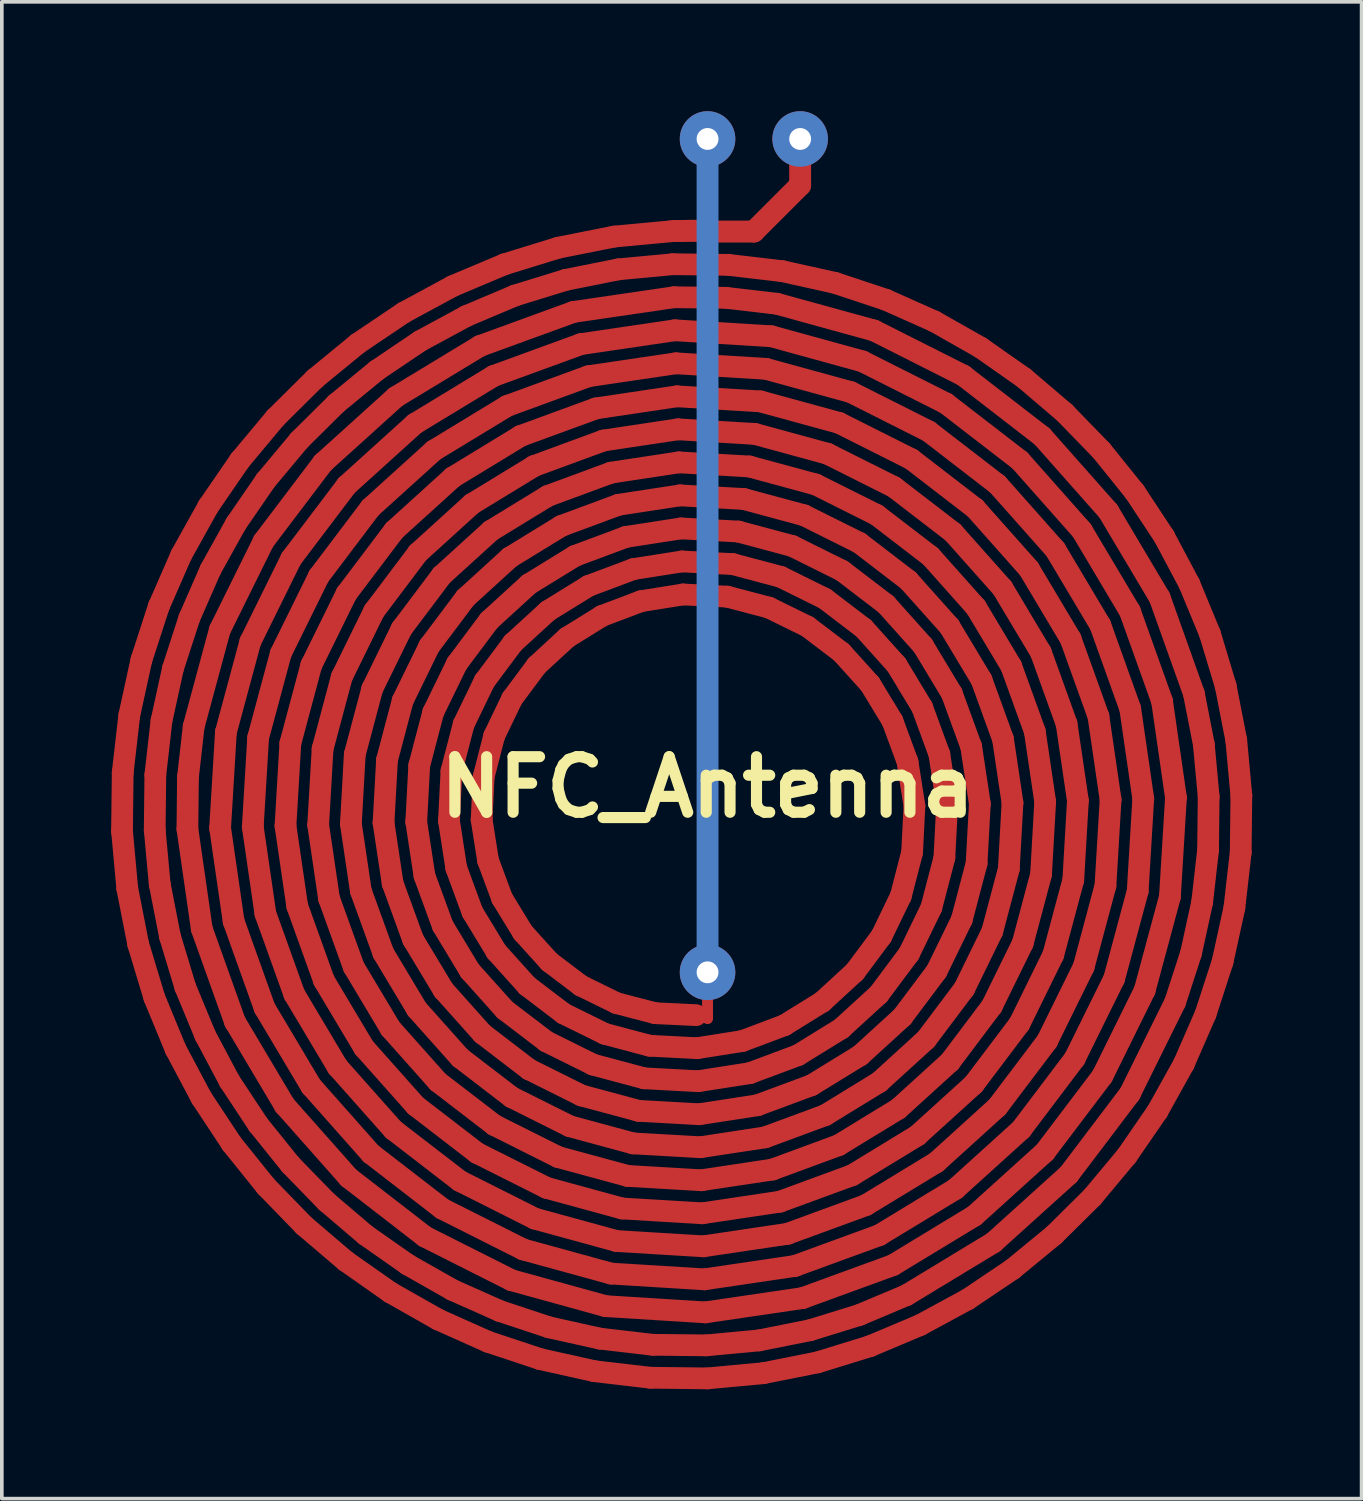
<source format=kicad_pcb>
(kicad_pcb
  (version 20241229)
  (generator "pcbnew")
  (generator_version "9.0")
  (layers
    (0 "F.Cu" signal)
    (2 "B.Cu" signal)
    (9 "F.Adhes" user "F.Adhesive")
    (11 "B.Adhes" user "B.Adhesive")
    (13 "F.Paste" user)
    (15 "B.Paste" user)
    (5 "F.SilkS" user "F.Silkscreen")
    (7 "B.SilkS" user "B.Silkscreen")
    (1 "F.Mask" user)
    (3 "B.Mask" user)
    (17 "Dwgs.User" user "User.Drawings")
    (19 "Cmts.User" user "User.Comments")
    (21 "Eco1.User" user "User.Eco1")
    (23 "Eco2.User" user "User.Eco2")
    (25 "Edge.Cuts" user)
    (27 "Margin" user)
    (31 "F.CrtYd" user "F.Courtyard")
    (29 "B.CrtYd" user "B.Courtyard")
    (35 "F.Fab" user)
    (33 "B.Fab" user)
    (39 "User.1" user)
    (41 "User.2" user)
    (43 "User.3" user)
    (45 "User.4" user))
  (footprint "NFC_Antenna"
    (layer "F.Cu")
    (at 16.359 18.542)
    (property "Reference" "NFC_Antenna" (at 0 0 0) (layer "F.SilkS") (effects (font (size 1.524 1.524) (thickness 0.305))))
    (attr smd)
    (fp_line (start -16.062 1.206) (end -16.043 -0.399) (stroke (width 0.596) (type solid)) (layer "F.Cu"))
    (fp_line (start -16.043 -0.399) (end -15.863 -1.967) (stroke (width 0.596) (type solid)) (layer "F.Cu"))
    (fp_line (start -15.918 2.779) (end -16.062 1.206) (stroke (width 0.596) (type solid)) (layer "F.Cu"))
    (fp_line (start -15.863 -1.967) (end -15.53 -3.491) (stroke (width 0.596) (type solid)) (layer "F.Cu"))
    (fp_line (start -15.619 4.305) (end -15.918 2.779) (stroke (width 0.596) (type solid)) (layer "F.Cu"))
    (fp_line (start -15.53 -3.491) (end -15.052 -4.961) (stroke (width 0.596) (type solid)) (layer "F.Cu"))
    (fp_line (start -15.175 5.776) (end -15.619 4.305) (stroke (width 0.596) (type solid)) (layer "F.Cu"))
    (fp_line (start -15.165 1.177) (end -15.148 -0.336) (stroke (width 0.596) (type solid)) (layer "F.Cu"))
    (fp_line (start -15.148 -0.336) (end -14.98 -1.815) (stroke (width 0.596) (type solid)) (layer "F.Cu"))
    (fp_line (start -15.052 -4.961) (end -14.437 -6.369) (stroke (width 0.596) (type solid)) (layer "F.Cu"))
    (fp_line (start -15.028 2.659) (end -15.165 1.177) (stroke (width 0.596) (type solid)) (layer "F.Cu"))
    (fp_line (start -14.98 -1.815) (end -14.666 -3.251) (stroke (width 0.596) (type solid)) (layer "F.Cu"))
    (fp_line (start -14.747 4.096) (end -15.028 2.659) (stroke (width 0.596) (type solid)) (layer "F.Cu"))
    (fp_line (start -14.666 -3.251) (end -14.216 -4.638) (stroke (width 0.596) (type solid)) (layer "F.Cu"))
    (fp_line (start -14.594 7.185) (end -15.175 5.776) (stroke (width 0.596) (type solid)) (layer "F.Cu"))
    (fp_line (start -14.437 -6.369) (end -13.693 -7.705) (stroke (width 0.596) (type solid)) (layer "F.Cu"))
    (fp_line (start -14.328 5.482) (end -14.747 4.096) (stroke (width 0.596) (type solid)) (layer "F.Cu"))
    (fp_line (start -14.268 1.149) (end -14.253 -0.273) (stroke (width 0.596) (type solid)) (layer "F.Cu"))
    (fp_line (start -14.253 -0.273) (end -14.096 -1.662) (stroke (width 0.596) (type solid)) (layer "F.Cu"))
    (fp_line (start -14.216 -4.638) (end -13.636 -5.965) (stroke (width 0.596) (type solid)) (layer "F.Cu"))
    (fp_line (start -14.096 -1.662) (end -13.38 -4.314) (stroke (width 0.596) (type solid)) (layer "F.Cu"))
    (fp_line (start -13.884 8.523) (end -14.594 7.185) (stroke (width 0.596) (type solid)) (layer "F.Cu"))
    (fp_line (start -13.874 3.888) (end -14.268 1.149) (stroke (width 0.596) (type solid)) (layer "F.Cu"))
    (fp_line (start -13.779 6.809) (end -14.328 5.482) (stroke (width 0.596) (type solid)) (layer "F.Cu"))
    (fp_line (start -13.693 -7.705) (end -12.829 -8.962) (stroke (width 0.596) (type solid)) (layer "F.Cu"))
    (fp_line (start -13.636 -5.965) (end -12.936 -7.226) (stroke (width 0.596) (type solid)) (layer "F.Cu"))
    (fp_line (start -13.38 -4.314) (end -12.178 -6.746) (stroke (width 0.596) (type solid)) (layer "F.Cu"))
    (fp_line (start -13.371 1.12) (end -13.212 -1.509) (stroke (width 0.596) (type solid)) (layer "F.Cu"))
    (fp_line (start -13.212 -1.509) (end -12.543 -3.991) (stroke (width 0.596) (type solid)) (layer "F.Cu"))
    (fp_line (start -13.11 8.069) (end -13.779 6.809) (stroke (width 0.596) (type solid)) (layer "F.Cu"))
    (fp_line (start -13.053 9.782) (end -13.884 8.523) (stroke (width 0.596) (type solid)) (layer "F.Cu"))
    (fp_line (start -13.001 3.679) (end -13.371 1.12) (stroke (width 0.596) (type solid)) (layer "F.Cu"))
    (fp_line (start -12.965 6.434) (end -13.874 3.888) (stroke (width 0.596) (type solid)) (layer "F.Cu"))
    (fp_line (start -12.936 -7.226) (end -12.121 -8.411) (stroke (width 0.596) (type solid)) (layer "F.Cu"))
    (fp_line (start -12.829 -8.962) (end -11.852 -10.131) (stroke (width 0.596) (type solid)) (layer "F.Cu"))
    (fp_line (start -12.543 -3.991) (end -11.421 -6.266) (stroke (width 0.596) (type solid)) (layer "F.Cu"))
    (fp_line (start -12.475 1.092) (end -12.328 -1.357) (stroke (width 0.596) (type solid)) (layer "F.Cu"))
    (fp_line (start -12.328 -1.357) (end -11.707 -3.667) (stroke (width 0.596) (type solid)) (layer "F.Cu"))
    (fp_line (start -12.327 9.255) (end -13.11 8.069) (stroke (width 0.596) (type solid)) (layer "F.Cu"))
    (fp_line (start -12.178 -6.746) (end -10.55 -8.895) (stroke (width 0.596) (type solid)) (layer "F.Cu"))
    (fp_line (start -12.151 6.058) (end -13.001 3.679) (stroke (width 0.596) (type solid)) (layer "F.Cu"))
    (fp_line (start -12.129 3.471) (end -12.475 1.092) (stroke (width 0.596) (type solid)) (layer "F.Cu"))
    (fp_line (start -12.121 -8.411) (end -11.201 -9.513) (stroke (width 0.596) (type solid)) (layer "F.Cu"))
    (fp_line (start -12.111 10.953) (end -13.053 9.782) (stroke (width 0.596) (type solid)) (layer "F.Cu"))
    (fp_line (start -11.852 -10.131) (end -10.772 -11.202) (stroke (width 0.596) (type solid)) (layer "F.Cu"))
    (fp_line (start -11.707 -3.667) (end -10.663 -5.786) (stroke (width 0.596) (type solid)) (layer "F.Cu"))
    (fp_line (start -11.601 8.728) (end -12.965 6.434) (stroke (width 0.596) (type solid)) (layer "F.Cu"))
    (fp_line (start -11.578 1.063) (end -11.444 -1.204) (stroke (width 0.596) (type solid)) (layer "F.Cu"))
    (fp_line (start -11.444 -1.204) (end -10.871 -3.344) (stroke (width 0.596) (type solid)) (layer "F.Cu"))
    (fp_line (start -11.439 10.358) (end -12.327 9.255) (stroke (width 0.596) (type solid)) (layer "F.Cu"))
    (fp_line (start -11.421 -6.266) (end -9.898 -8.277) (stroke (width 0.596) (type solid)) (layer "F.Cu"))
    (fp_line (start -11.336 5.682) (end -12.129 3.471) (stroke (width 0.596) (type solid)) (layer "F.Cu"))
    (fp_line (start -11.256 3.262) (end -11.578 1.063) (stroke (width 0.596) (type solid)) (layer "F.Cu"))
    (fp_line (start -11.201 -9.513) (end -10.182 -10.523) (stroke (width 0.596) (type solid)) (layer "F.Cu"))
    (fp_line (start -11.066 12.029) (end -12.111 10.953) (stroke (width 0.596) (type solid)) (layer "F.Cu"))
    (fp_line (start -10.875 8.201) (end -12.151 6.058) (stroke (width 0.596) (type solid)) (layer "F.Cu"))
    (fp_line (start -10.871 -3.344) (end -9.906 -5.306) (stroke (width 0.596) (type solid)) (layer "F.Cu"))
    (fp_line (start -10.772 -11.202) (end -9.595 -12.168) (stroke (width 0.596) (type solid)) (layer "F.Cu"))
    (fp_line (start -10.681 1.035) (end -10.56 -1.051) (stroke (width 0.596) (type solid)) (layer "F.Cu"))
    (fp_line (start -10.663 -5.786) (end -9.247 -7.659) (stroke (width 0.596) (type solid)) (layer "F.Cu"))
    (fp_line (start -10.56 -1.051) (end -10.035 -3.02) (stroke (width 0.596) (type solid)) (layer "F.Cu"))
    (fp_line (start -10.55 -8.895) (end -8.552 -10.701) (stroke (width 0.596) (type solid)) (layer "F.Cu"))
    (fp_line (start -10.522 5.306) (end -11.256 3.262) (stroke (width 0.596) (type solid)) (layer "F.Cu"))
    (fp_line (start -10.454 11.371) (end -11.439 10.358) (stroke (width 0.596) (type solid)) (layer "F.Cu"))
    (fp_line (start -10.384 3.054) (end -10.681 1.035) (stroke (width 0.596) (type solid)) (layer "F.Cu"))
    (fp_line (start -10.182 -10.523) (end -9.073 -11.434) (stroke (width 0.596) (type solid)) (layer "F.Cu"))
    (fp_line (start -10.149 7.674) (end -11.336 5.682) (stroke (width 0.596) (type solid)) (layer "F.Cu"))
    (fp_line (start -10.035 -3.02) (end -9.149 -4.826) (stroke (width 0.596) (type solid)) (layer "F.Cu"))
    (fp_line (start -9.925 13.001) (end -11.066 12.029) (stroke (width 0.596) (type solid)) (layer "F.Cu"))
    (fp_line (start -9.906 -5.306) (end -8.595 -7.041) (stroke (width 0.596) (type solid)) (layer "F.Cu"))
    (fp_line (start -9.898 -8.277) (end -8.03 -9.967) (stroke (width 0.596) (type solid)) (layer "F.Cu"))
    (fp_line (start -9.842 10.713) (end -11.601 8.728) (stroke (width 0.596) (type solid)) (layer "F.Cu"))
    (fp_line (start -9.784 1.006) (end -9.677 -0.898) (stroke (width 0.596) (type solid)) (layer "F.Cu"))
    (fp_line (start -9.707 4.93) (end -10.384 3.054) (stroke (width 0.596) (type solid)) (layer "F.Cu"))
    (fp_line (start -9.677 -0.898) (end -9.199 -2.697) (stroke (width 0.596) (type solid)) (layer "F.Cu"))
    (fp_line (start -9.595 -12.168) (end -8.331 -13.019) (stroke (width 0.596) (type solid)) (layer "F.Cu"))
    (fp_line (start -9.511 2.846) (end -9.784 1.006) (stroke (width 0.596) (type solid)) (layer "F.Cu"))
    (fp_line (start -9.423 7.147) (end -10.522 5.306) (stroke (width 0.596) (type solid)) (layer "F.Cu"))
    (fp_line (start -9.379 12.287) (end -10.454 11.371) (stroke (width 0.596) (type solid)) (layer "F.Cu"))
    (fp_line (start -9.247 -7.659) (end -7.508 -9.234) (stroke (width 0.596) (type solid)) (layer "F.Cu"))
    (fp_line (start -9.231 10.055) (end -10.875 8.201) (stroke (width 0.596) (type solid)) (layer "F.Cu"))
    (fp_line (start -9.199 -2.697) (end -8.391 -4.346) (stroke (width 0.596) (type solid)) (layer "F.Cu"))
    (fp_line (start -9.149 -4.826) (end -7.944 -6.424) (stroke (width 0.596) (type solid)) (layer "F.Cu"))
    (fp_line (start -9.073 -11.434) (end -7.882 -12.237) (stroke (width 0.596) (type solid)) (layer "F.Cu"))
    (fp_line (start -8.893 4.554) (end -9.511 2.846) (stroke (width 0.596) (type solid)) (layer "F.Cu"))
    (fp_line (start -8.888 0.978) (end -8.793 -0.746) (stroke (width 0.596) (type solid)) (layer "F.Cu"))
    (fp_line (start -8.793 -0.746) (end -8.363 -2.373) (stroke (width 0.596) (type solid)) (layer "F.Cu"))
    (fp_line (start -8.699 13.862) (end -9.925 13.001) (stroke (width 0.596) (type solid)) (layer "F.Cu"))
    (fp_line (start -8.697 6.62) (end -9.707 4.93) (stroke (width 0.596) (type solid)) (layer "F.Cu"))
    (fp_line (start -8.639 2.637) (end -8.888 0.978) (stroke (width 0.596) (type solid)) (layer "F.Cu"))
    (fp_line (start -8.619 9.397) (end -10.149 7.674) (stroke (width 0.596) (type solid)) (layer "F.Cu"))
    (fp_line (start -8.595 -7.041) (end -6.987 -8.5) (stroke (width 0.596) (type solid)) (layer "F.Cu"))
    (fp_line (start -8.552 -10.701) (end -6.243 -12.101) (stroke (width 0.596) (type solid)) (layer "F.Cu"))
    (fp_line (start -8.391 -4.346) (end -7.293 -5.806) (stroke (width 0.596) (type solid)) (layer "F.Cu"))
    (fp_line (start -8.363 -2.373) (end -7.634 -3.866) (stroke (width 0.596) (type solid)) (layer "F.Cu"))
    (fp_line (start -8.331 -13.019) (end -6.987 -13.746) (stroke (width 0.596) (type solid)) (layer "F.Cu"))
    (fp_line (start -8.224 13.097) (end -9.379 12.287) (stroke (width 0.596) (type solid)) (layer "F.Cu"))
    (fp_line (start -8.079 4.178) (end -8.639 2.637) (stroke (width 0.596) (type solid)) (layer "F.Cu"))
    (fp_line (start -8.03 -9.967) (end -5.871 -11.278) (stroke (width 0.596) (type solid)) (layer "F.Cu"))
    (fp_line (start -8.007 8.739) (end -9.423 7.147) (stroke (width 0.596) (type solid)) (layer "F.Cu"))
    (fp_line (start -7.991 0.95) (end -7.909 -0.593) (stroke (width 0.596) (type solid)) (layer "F.Cu"))
    (fp_line (start -7.971 6.093) (end -8.893 4.554) (stroke (width 0.596) (type solid)) (layer "F.Cu"))
    (fp_line (start -7.944 -6.424) (end -6.465 -7.767) (stroke (width 0.596) (type solid)) (layer "F.Cu"))
    (fp_line (start -7.909 -0.593) (end -7.527 -2.05) (stroke (width 0.596) (type solid)) (layer "F.Cu"))
    (fp_line (start -7.882 -12.237) (end -6.615 -12.923) (stroke (width 0.596) (type solid)) (layer "F.Cu"))
    (fp_line (start -7.766 2.429) (end -7.991 0.95) (stroke (width 0.596) (type solid)) (layer "F.Cu"))
    (fp_line (start -7.749 12.332) (end -9.842 10.713) (stroke (width 0.596) (type solid)) (layer "F.Cu"))
    (fp_line (start -7.634 -3.866) (end -6.641 -5.188) (stroke (width 0.596) (type solid)) (layer "F.Cu"))
    (fp_line (start -7.527 -2.05) (end -6.876 -3.386) (stroke (width 0.596) (type solid)) (layer "F.Cu"))
    (fp_line (start -7.508 -9.234) (end -5.499 -10.455) (stroke (width 0.596) (type solid)) (layer "F.Cu"))
    (fp_line (start -7.396 8.081) (end -8.697 6.62) (stroke (width 0.596) (type solid)) (layer "F.Cu"))
    (fp_line (start -7.394 14.602) (end -8.699 13.862) (stroke (width 0.596) (type solid)) (layer "F.Cu"))
    (fp_line (start -7.293 -5.806) (end -5.943 -7.033) (stroke (width 0.596) (type solid)) (layer "F.Cu"))
    (fp_line (start -7.274 11.567) (end -9.231 10.055) (stroke (width 0.596) (type solid)) (layer "F.Cu"))
    (fp_line (start -7.264 3.802) (end -7.766 2.429) (stroke (width 0.596) (type solid)) (layer "F.Cu"))
    (fp_line (start -7.244 5.566) (end -8.079 4.178) (stroke (width 0.596) (type solid)) (layer "F.Cu"))
    (fp_line (start -7.094 0.921) (end -7.025 -0.44) (stroke (width 0.596) (type solid)) (layer "F.Cu"))
    (fp_line (start -7.025 -0.44) (end -6.69 -1.726) (stroke (width 0.596) (type solid)) (layer "F.Cu"))
    (fp_line (start -6.995 13.794) (end -8.224 13.097) (stroke (width 0.596) (type solid)) (layer "F.Cu"))
    (fp_line (start -6.987 -13.746) (end -5.572 -14.342) (stroke (width 0.596) (type solid)) (layer "F.Cu"))
    (fp_line (start -6.987 -8.5) (end -5.127 -9.633) (stroke (width 0.596) (type solid)) (layer "F.Cu"))
    (fp_line (start -6.893 2.22) (end -7.094 0.921) (stroke (width 0.596) (type solid)) (layer "F.Cu"))
    (fp_line (start -6.876 -3.386) (end -5.99 -4.57) (stroke (width 0.596) (type solid)) (layer "F.Cu"))
    (fp_line (start -6.798 10.801) (end -8.619 9.397) (stroke (width 0.596) (type solid)) (layer "F.Cu"))
    (fp_line (start -6.784 7.423) (end -7.971 6.093) (stroke (width 0.596) (type solid)) (layer "F.Cu"))
    (fp_line (start -6.69 -1.726) (end -6.119 -2.907) (stroke (width 0.596) (type solid)) (layer "F.Cu"))
    (fp_line (start -6.641 -5.188) (end -5.422 -6.3) (stroke (width 0.596) (type solid)) (layer "F.Cu"))
    (fp_line (start -6.615 -12.923) (end -5.281 -13.486) (stroke (width 0.596) (type solid)) (layer "F.Cu"))
    (fp_line (start -6.518 5.039) (end -7.264 3.802) (stroke (width 0.596) (type solid)) (layer "F.Cu"))
    (fp_line (start -6.465 -7.767) (end -4.755 -8.81) (stroke (width 0.596) (type solid)) (layer "F.Cu"))
    (fp_line (start -6.45 3.426) (end -6.893 2.22) (stroke (width 0.596) (type solid)) (layer "F.Cu"))
    (fp_line (start -6.323 10.036) (end -8.007 8.739) (stroke (width 0.596) (type solid)) (layer "F.Cu"))
    (fp_line (start -6.243 -12.101) (end -3.682 -13.034) (stroke (width 0.596) (type solid)) (layer "F.Cu"))
    (fp_line (start -6.198 0.893) (end -6.141 -0.288) (stroke (width 0.596) (type solid)) (layer "F.Cu"))
    (fp_line (start -6.172 6.765) (end -7.244 5.566) (stroke (width 0.596) (type solid)) (layer "F.Cu"))
    (fp_line (start -6.141 -0.288) (end -5.854 -1.403) (stroke (width 0.596) (type solid)) (layer "F.Cu"))
    (fp_line (start -6.119 -2.907) (end -5.339 -3.952) (stroke (width 0.596) (type solid)) (layer "F.Cu"))
    (fp_line (start -6.021 2.012) (end -6.198 0.893) (stroke (width 0.596) (type solid)) (layer "F.Cu"))
    (fp_line (start -6.021 15.215) (end -7.394 14.602) (stroke (width 0.596) (type solid)) (layer "F.Cu"))
    (fp_line (start -5.99 -4.57) (end -4.9 -5.566) (stroke (width 0.596) (type solid)) (layer "F.Cu"))
    (fp_line (start -5.943 -7.033) (end -4.382 -7.987) (stroke (width 0.596) (type solid)) (layer "F.Cu"))
    (fp_line (start -5.871 -11.278) (end -3.475 -12.152) (stroke (width 0.596) (type solid)) (layer "F.Cu"))
    (fp_line (start -5.854 -1.403) (end -5.362 -2.427) (stroke (width 0.596) (type solid)) (layer "F.Cu"))
    (fp_line (start -5.848 9.271) (end -7.396 8.081) (stroke (width 0.596) (type solid)) (layer "F.Cu"))
    (fp_line (start -5.792 4.512) (end -6.45 3.426) (stroke (width 0.596) (type solid)) (layer "F.Cu"))
    (fp_line (start -5.7 14.37) (end -6.995 13.794) (stroke (width 0.596) (type solid)) (layer "F.Cu"))
    (fp_line (start -5.636 3.051) (end -6.021 2.012) (stroke (width 0.596) (type solid)) (layer "F.Cu"))
    (fp_line (start -5.572 -14.342) (end -4.094 -14.797) (stroke (width 0.596) (type solid)) (layer "F.Cu"))
    (fp_line (start -5.561 6.107) (end -6.518 5.039) (stroke (width 0.596) (type solid)) (layer "F.Cu"))
    (fp_line (start -5.499 -10.455) (end -3.269 -11.271) (stroke (width 0.596) (type solid)) (layer "F.Cu"))
    (fp_line (start -5.422 -6.3) (end -4.01 -7.165) (stroke (width 0.596) (type solid)) (layer "F.Cu"))
    (fp_line (start -5.38 13.525) (end -7.749 12.332) (stroke (width 0.596) (type solid)) (layer "F.Cu"))
    (fp_line (start -5.373 8.506) (end -6.784 7.423) (stroke (width 0.596) (type solid)) (layer "F.Cu"))
    (fp_line (start -5.362 -2.427) (end -4.687 -3.334) (stroke (width 0.596) (type solid)) (layer "F.Cu"))
    (fp_line (start -5.339 -3.952) (end -4.378 -4.833) (stroke (width 0.596) (type solid)) (layer "F.Cu"))
    (fp_line (start -5.281 -13.486) (end -3.888 -13.915) (stroke (width 0.596) (type solid)) (layer "F.Cu"))
    (fp_line (start -5.127 -9.633) (end -3.062 -10.389) (stroke (width 0.596) (type solid)) (layer "F.Cu"))
    (fp_line (start -5.066 3.985) (end -5.636 3.051) (stroke (width 0.596) (type solid)) (layer "F.Cu"))
    (fp_line (start -5.06 12.681) (end -7.274 11.567) (stroke (width 0.596) (type solid)) (layer "F.Cu"))
    (fp_line (start -4.949 5.449) (end -5.792 4.512) (stroke (width 0.596) (type solid)) (layer "F.Cu"))
    (fp_line (start -4.9 -5.566) (end -3.638 -6.342) (stroke (width 0.596) (type solid)) (layer "F.Cu"))
    (fp_line (start -4.898 7.741) (end -6.172 6.765) (stroke (width 0.596) (type solid)) (layer "F.Cu"))
    (fp_line (start -4.755 -8.81) (end -2.856 -9.508) (stroke (width 0.596) (type solid)) (layer "F.Cu"))
    (fp_line (start -4.74 11.836) (end -6.798 10.801) (stroke (width 0.596) (type solid)) (layer "F.Cu"))
    (fp_line (start -4.687 -3.334) (end -3.857 -4.1) (stroke (width 0.596) (type solid)) (layer "F.Cu"))
    (fp_line (start -4.586 15.691) (end -6.021 15.215) (stroke (width 0.596) (type solid)) (layer "F.Cu"))
    (fp_line (start -4.423 6.976) (end -5.561 6.107) (stroke (width 0.596) (type solid)) (layer "F.Cu"))
    (fp_line (start -4.419 10.991) (end -6.323 10.036) (stroke (width 0.596) (type solid)) (layer "F.Cu"))
    (fp_line (start -4.382 -7.987) (end -2.65 -8.626) (stroke (width 0.596) (type solid)) (layer "F.Cu"))
    (fp_line (start -4.378 -4.833) (end -3.266 -5.519) (stroke (width 0.596) (type solid)) (layer "F.Cu"))
    (fp_line (start -4.349 14.818) (end -5.7 14.37) (stroke (width 0.596) (type solid)) (layer "F.Cu"))
    (fp_line (start -4.337 4.792) (end -5.066 3.985) (stroke (width 0.596) (type solid)) (layer "F.Cu"))
    (fp_line (start -4.099 10.147) (end -5.848 9.271) (stroke (width 0.596) (type solid)) (layer "F.Cu"))
    (fp_line (start -4.094 -14.797) (end -2.561 -15.102) (stroke (width 0.596) (type solid)) (layer "F.Cu"))
    (fp_line (start -4.01 -7.165) (end -2.443 -7.745) (stroke (width 0.596) (type solid)) (layer "F.Cu"))
    (fp_line (start -3.948 6.211) (end -4.949 5.449) (stroke (width 0.596) (type solid)) (layer "F.Cu"))
    (fp_line (start -3.888 -13.915) (end -2.443 -14.204) (stroke (width 0.596) (type solid)) (layer "F.Cu"))
    (fp_line (start -3.857 -4.1) (end -2.894 -4.697) (stroke (width 0.596) (type solid)) (layer "F.Cu"))
    (fp_line (start -3.779 9.302) (end -5.373 8.506) (stroke (width 0.596) (type solid)) (layer "F.Cu"))
    (fp_line (start -3.682 -13.034) (end -0.925 -13.438) (stroke (width 0.596) (type solid)) (layer "F.Cu"))
    (fp_line (start -3.638 -6.342) (end -2.237 -6.864) (stroke (width 0.596) (type solid)) (layer "F.Cu"))
    (fp_line (start -3.475 -12.152) (end -0.897 -12.532) (stroke (width 0.596) (type solid)) (layer "F.Cu"))
    (fp_line (start -3.473 5.446) (end -4.337 4.792) (stroke (width 0.596) (type solid)) (layer "F.Cu"))
    (fp_line (start -3.459 8.458) (end -4.898 7.741) (stroke (width 0.596) (type solid)) (layer "F.Cu"))
    (fp_line (start -3.269 -11.271) (end -0.869 -11.626) (stroke (width 0.596) (type solid)) (layer "F.Cu"))
    (fp_line (start -3.266 -5.519) (end -2.031 -5.982) (stroke (width 0.596) (type solid)) (layer "F.Cu"))
    (fp_line (start -3.138 7.613) (end -4.423 6.976) (stroke (width 0.596) (type solid)) (layer "F.Cu"))
    (fp_line (start -3.099 16.022) (end -4.586 15.691) (stroke (width 0.596) (type solid)) (layer "F.Cu"))
    (fp_line (start -3.062 -10.389) (end -0.841 -10.72) (stroke (width 0.596) (type solid)) (layer "F.Cu"))
    (fp_line (start -2.948 15.129) (end -4.349 14.818) (stroke (width 0.596) (type solid)) (layer "F.Cu"))
    (fp_line (start -2.894 -4.697) (end -1.824 -5.101) (stroke (width 0.596) (type solid)) (layer "F.Cu"))
    (fp_line (start -2.856 -9.508) (end -0.813 -9.815) (stroke (width 0.596) (type solid)) (layer "F.Cu"))
    (fp_line (start -2.818 6.768) (end -3.948 6.211) (stroke (width 0.596) (type solid)) (layer "F.Cu"))
    (fp_line (start -2.797 14.237) (end -5.38 13.525) (stroke (width 0.596) (type solid)) (layer "F.Cu"))
    (fp_line (start -2.65 -8.626) (end -0.785 -8.909) (stroke (width 0.596) (type solid)) (layer "F.Cu"))
    (fp_line (start -2.646 13.344) (end -5.06 12.681) (stroke (width 0.596) (type solid)) (layer "F.Cu"))
    (fp_line (start -2.561 -15.102) (end -0.982 -15.25) (stroke (width 0.596) (type solid)) (layer "F.Cu"))
    (fp_line (start -2.498 5.924) (end -3.473 5.446) (stroke (width 0.596) (type solid)) (layer "F.Cu"))
    (fp_line (start -2.495 12.451) (end -4.74 11.836) (stroke (width 0.596) (type solid)) (layer "F.Cu"))
    (fp_line (start -2.443 -7.745) (end -0.756 -8.003) (stroke (width 0.596) (type solid)) (layer "F.Cu"))
    (fp_line (start -2.443 -14.204) (end -0.954 -14.344) (stroke (width 0.596) (type solid)) (layer "F.Cu"))
    (fp_line (start -2.344 11.558) (end -4.419 10.991) (stroke (width 0.596) (type solid)) (layer "F.Cu"))
    (fp_line (start -2.237 -6.864) (end -0.728 -7.097) (stroke (width 0.596) (type solid)) (layer "F.Cu"))
    (fp_line (start -2.192 10.665) (end -4.099 10.147) (stroke (width 0.596) (type solid)) (layer "F.Cu"))
    (fp_line (start -2.041 9.773) (end -3.779 9.302) (stroke (width 0.596) (type solid)) (layer "F.Cu"))
    (fp_line (start -2.031 -5.982) (end -0.7 -6.191) (stroke (width 0.596) (type solid)) (layer "F.Cu"))
    (fp_line (start -1.89 8.88) (end -3.459 8.458) (stroke (width 0.596) (type solid)) (layer "F.Cu"))
    (fp_line (start -1.824 -5.101) (end -0.672 -5.285) (stroke (width 0.596) (type solid)) (layer "F.Cu"))
    (fp_line (start -1.739 7.987) (end -3.138 7.613) (stroke (width 0.596) (type solid)) (layer "F.Cu"))
    (fp_line (start -1.588 7.094) (end -2.818 6.768) (stroke (width 0.596) (type solid)) (layer "F.Cu"))
    (fp_line (start -1.569 16.201) (end -3.099 16.022) (stroke (width 0.596) (type solid)) (layer "F.Cu"))
    (fp_line (start -1.506 15.297) (end -2.948 15.129) (stroke (width 0.596) (type solid)) (layer "F.Cu"))
    (fp_line (start -1.436 6.201) (end -2.498 5.924) (stroke (width 0.596) (type solid)) (layer "F.Cu"))
    (fp_line (start -0.982 -15.25) (end -0.883 -15.253) (stroke (width 0.596) (type solid)) (layer "F.Cu"))
    (fp_line (start -0.954 -14.344) (end 0.567 -14.327) (stroke (width 0.596) (type solid)) (layer "F.Cu"))
    (fp_line (start -0.925 -13.438) (end 0.504 -13.423) (stroke (width 0.596) (type solid)) (layer "F.Cu"))
    (fp_line (start -0.897 -12.532) (end 1.751 -12.368) (stroke (width 0.596) (type solid)) (layer "F.Cu"))
    (fp_line (start -0.883 -15.253) (end -0.784 -15.256) (stroke (width 0.596) (type solid)) (layer "F.Cu"))
    (fp_line (start -0.869 -11.626) (end 1.6 -11.475) (stroke (width 0.596) (type solid)) (layer "F.Cu"))
    (fp_line (start -0.841 -10.72) (end 1.448 -10.582) (stroke (width 0.596) (type solid)) (layer "F.Cu"))
    (fp_line (start -0.813 -9.815) (end 1.297 -9.689) (stroke (width 0.596) (type solid)) (layer "F.Cu"))
    (fp_line (start -0.785 -8.909) (end 1.146 -8.796) (stroke (width 0.596) (type solid)) (layer "F.Cu"))
    (fp_line (start -0.784 -15.256) (end -0.685 -15.259) (stroke (width 0.596) (type solid)) (layer "F.Cu"))
    (fp_line (start -0.756 -8.003) (end 0.995 -7.904) (stroke (width 0.596) (type solid)) (layer "F.Cu"))
    (fp_line (start -0.728 -7.097) (end 0.844 -7.011) (stroke (width 0.596) (type solid)) (layer "F.Cu"))
    (fp_line (start -0.7 -6.191) (end 0.693 -6.118) (stroke (width 0.596) (type solid)) (layer "F.Cu"))
    (fp_line (start -0.685 -15.259) (end -0.585 -15.261) (stroke (width 0.596) (type solid)) (layer "F.Cu"))
    (fp_line (start -0.672 -5.285) (end 0.541 -5.225) (stroke (width 0.596) (type solid)) (layer "F.Cu"))
    (fp_line (start -0.585 -15.261) (end -0.486 -15.262) (stroke (width 0.596) (type solid)) (layer "F.Cu"))
    (fp_line (start -0.486 -15.262) (end -0.387 -15.263) (stroke (width 0.596) (type solid)) (layer "F.Cu"))
    (fp_line (start -0.387 -15.263) (end -0.288 -15.262) (stroke (width 0.596) (type solid)) (layer "F.Cu"))
    (fp_line (start -0.313 6.255) (end -1.436 6.201) (stroke (width 0.596) (type solid)) (layer "F.Cu"))
    (fp_line (start -0.288 -15.262) (end -0.189 -15.262) (stroke (width 0.596) (type solid)) (layer "F.Cu"))
    (fp_line (start -0.285 7.161) (end -1.588 7.094) (stroke (width 0.596) (type solid)) (layer "F.Cu"))
    (fp_line (start -0.257 8.067) (end -1.739 7.987) (stroke (width 0.596) (type solid)) (layer "F.Cu"))
    (fp_line (start -0.228 8.973) (end -1.89 8.88) (stroke (width 0.596) (type solid)) (layer "F.Cu"))
    (fp_line (start -0.2 9.878) (end -2.041 9.773) (stroke (width 0.596) (type solid)) (layer "F.Cu"))
    (fp_line (start -0.172 10.784) (end -2.192 10.665) (stroke (width 0.596) (type solid)) (layer "F.Cu"))
    (fp_line (start -0.144 11.69) (end -2.344 11.558) (stroke (width 0.596) (type solid)) (layer "F.Cu"))
    (fp_line (start -0.116 12.596) (end -2.495 12.451) (stroke (width 0.596) (type solid)) (layer "F.Cu"))
    (fp_line (start -0.087 13.502) (end -2.646 13.344) (stroke (width 0.596) (type solid)) (layer "F.Cu"))
    (fp_line (start -0.059 14.408) (end -2.797 14.237) (stroke (width 0.596) (type solid)) (layer "F.Cu"))
    (fp_line (start -0.031 15.313) (end -1.506 15.297) (stroke (width 0.596) (type solid)) (layer "F.Cu"))
    (fp_line (start -0.003 16.219) (end -1.569 16.201) (stroke (width 0.596) (type solid)) (layer "F.Cu"))
    (fp_line (start 0 -15.24) (end 1.27 -15.24) (stroke (width 0.6) (type solid)) (layer "F.Cu"))
    (fp_line (start 0 5.08) (end 0 6.35) (stroke (width 0.3) (type solid)) (layer "F.Cu"))
    (fp_line (start 0.504 -13.423) (end 1.902 -13.26) (stroke (width 0.596) (type solid)) (layer "F.Cu"))
    (fp_line (start 0.541 -5.225) (end 1.687 -4.923) (stroke (width 0.596) (type solid)) (layer "F.Cu"))
    (fp_line (start 0.567 -14.327) (end 2.053 -14.153) (stroke (width 0.596) (type solid)) (layer "F.Cu"))
    (fp_line (start 0.693 -6.118) (end 2.008 -5.768) (stroke (width 0.596) (type solid)) (layer "F.Cu"))
    (fp_line (start 0.844 -7.011) (end 2.328 -6.613) (stroke (width 0.596) (type solid)) (layer "F.Cu"))
    (fp_line (start 0.957 6.964) (end -0.285 7.161) (stroke (width 0.596) (type solid)) (layer "F.Cu"))
    (fp_line (start 0.995 -7.904) (end 2.648 -7.457) (stroke (width 0.596) (type solid)) (layer "F.Cu"))
    (fp_line (start 1.146 -8.796) (end 2.968 -8.302) (stroke (width 0.596) (type solid)) (layer "F.Cu"))
    (fp_line (start 1.163 7.845) (end -0.257 8.067) (stroke (width 0.596) (type solid)) (layer "F.Cu"))
    (fp_line (start 1.27 -15.24) (end 2.54 -16.51) (stroke (width 0.6) (type solid)) (layer "F.Cu"))
    (fp_line (start 1.297 -9.689) (end 3.289 -9.146) (stroke (width 0.596) (type solid)) (layer "F.Cu"))
    (fp_line (start 1.369 8.727) (end -0.228 8.973) (stroke (width 0.596) (type solid)) (layer "F.Cu"))
    (fp_line (start 1.413 15.177) (end -0.031 15.313) (stroke (width 0.596) (type solid)) (layer "F.Cu"))
    (fp_line (start 1.448 -10.582) (end 3.609 -9.991) (stroke (width 0.596) (type solid)) (layer "F.Cu"))
    (fp_line (start 1.531 16.076) (end -0.003 16.219) (stroke (width 0.596) (type solid)) (layer "F.Cu"))
    (fp_line (start 1.576 9.608) (end -0.2 9.878) (stroke (width 0.596) (type solid)) (layer "F.Cu"))
    (fp_line (start 1.6 -11.475) (end 3.929 -10.836) (stroke (width 0.596) (type solid)) (layer "F.Cu"))
    (fp_line (start 1.687 -4.923) (end 2.74 -4.406) (stroke (width 0.596) (type solid)) (layer "F.Cu"))
    (fp_line (start 1.751 -12.368) (end 4.249 -11.68) (stroke (width 0.596) (type solid)) (layer "F.Cu"))
    (fp_line (start 1.782 10.49) (end -0.172 10.784) (stroke (width 0.596) (type solid)) (layer "F.Cu"))
    (fp_line (start 1.902 -13.26) (end 4.57 -12.525) (stroke (width 0.596) (type solid)) (layer "F.Cu"))
    (fp_line (start 1.989 11.371) (end -0.144 11.69) (stroke (width 0.596) (type solid)) (layer "F.Cu"))
    (fp_line (start 2.008 -5.768) (end 3.215 -5.171) (stroke (width 0.596) (type solid)) (layer "F.Cu"))
    (fp_line (start 2.053 -14.153) (end 3.497 -13.832) (stroke (width 0.596) (type solid)) (layer "F.Cu"))
    (fp_line (start 2.109 6.531) (end 0.957 6.964) (stroke (width 0.596) (type solid)) (layer "F.Cu"))
    (fp_line (start 2.195 12.253) (end -0.116 12.596) (stroke (width 0.596) (type solid)) (layer "F.Cu"))
    (fp_line (start 2.328 -6.613) (end 3.69 -5.936) (stroke (width 0.596) (type solid)) (layer "F.Cu"))
    (fp_line (start 2.401 13.134) (end -0.087 13.502) (stroke (width 0.596) (type solid)) (layer "F.Cu"))
    (fp_line (start 2.482 7.353) (end 1.163 7.845) (stroke (width 0.596) (type solid)) (layer "F.Cu"))
    (fp_line (start 2.54 -16.51) (end 2.54 -17.78) (stroke (width 0.6) (type solid)) (layer "F.Cu"))
    (fp_line (start 2.608 14.016) (end -0.059 14.408) (stroke (width 0.596) (type solid)) (layer "F.Cu"))
    (fp_line (start 2.648 -7.457) (end 4.165 -6.701) (stroke (width 0.596) (type solid)) (layer "F.Cu"))
    (fp_line (start 2.74 -4.406) (end 3.672 -3.698) (stroke (width 0.596) (type solid)) (layer "F.Cu"))
    (fp_line (start 2.814 14.897) (end 1.413 15.177) (stroke (width 0.596) (type solid)) (layer "F.Cu"))
    (fp_line (start 2.854 8.176) (end 1.369 8.727) (stroke (width 0.596) (type solid)) (layer "F.Cu"))
    (fp_line (start 2.968 -8.302) (end 4.64 -7.466) (stroke (width 0.596) (type solid)) (layer "F.Cu"))
    (fp_line (start 3.02 15.779) (end 1.531 16.076) (stroke (width 0.596) (type solid)) (layer "F.Cu"))
    (fp_line (start 3.147 5.889) (end 2.109 6.531) (stroke (width 0.596) (type solid)) (layer "F.Cu"))
    (fp_line (start 3.215 -5.171) (end 4.284 -4.356) (stroke (width 0.596) (type solid)) (layer "F.Cu"))
    (fp_line (start 3.226 8.999) (end 1.576 9.608) (stroke (width 0.596) (type solid)) (layer "F.Cu"))
    (fp_line (start 3.289 -9.146) (end 5.115 -8.231) (stroke (width 0.596) (type solid)) (layer "F.Cu"))
    (fp_line (start 3.497 -13.832) (end 4.89 -13.37) (stroke (width 0.596) (type solid)) (layer "F.Cu"))
    (fp_line (start 3.598 9.821) (end 1.782 10.49) (stroke (width 0.596) (type solid)) (layer "F.Cu"))
    (fp_line (start 3.609 -9.991) (end 5.59 -8.996) (stroke (width 0.596) (type solid)) (layer "F.Cu"))
    (fp_line (start 3.668 6.622) (end 2.482 7.353) (stroke (width 0.596) (type solid)) (layer "F.Cu"))
    (fp_line (start 3.672 -3.698) (end 4.459 -2.826) (stroke (width 0.596) (type solid)) (layer "F.Cu"))
    (fp_line (start 3.69 -5.936) (end 4.896 -5.014) (stroke (width 0.596) (type solid)) (layer "F.Cu"))
    (fp_line (start 3.929 -10.836) (end 6.065 -9.761) (stroke (width 0.596) (type solid)) (layer "F.Cu"))
    (fp_line (start 3.97 10.644) (end 1.989 11.371) (stroke (width 0.596) (type solid)) (layer "F.Cu"))
    (fp_line (start 4.042 5.066) (end 3.147 5.889) (stroke (width 0.596) (type solid)) (layer "F.Cu"))
    (fp_line (start 4.165 -6.701) (end 5.507 -5.672) (stroke (width 0.596) (type solid)) (layer "F.Cu"))
    (fp_line (start 4.165 14.48) (end 2.814 14.897) (stroke (width 0.596) (type solid)) (layer "F.Cu"))
    (fp_line (start 4.19 7.356) (end 2.854 8.176) (stroke (width 0.596) (type solid)) (layer "F.Cu"))
    (fp_line (start 4.249 -11.68) (end 6.54 -10.526) (stroke (width 0.596) (type solid)) (layer "F.Cu"))
    (fp_line (start 4.284 -4.356) (end 5.185 -3.353) (stroke (width 0.596) (type solid)) (layer "F.Cu"))
    (fp_line (start 4.342 11.467) (end 2.195 12.253) (stroke (width 0.596) (type solid)) (layer "F.Cu"))
    (fp_line (start 4.456 15.336) (end 3.02 15.779) (stroke (width 0.596) (type solid)) (layer "F.Cu"))
    (fp_line (start 4.459 -2.826) (end 5.072 -1.816) (stroke (width 0.596) (type solid)) (layer "F.Cu"))
    (fp_line (start 4.57 -12.525) (end 7.015 -11.292) (stroke (width 0.596) (type solid)) (layer "F.Cu"))
    (fp_line (start 4.64 -7.466) (end 6.119 -6.33) (stroke (width 0.596) (type solid)) (layer "F.Cu"))
    (fp_line (start 4.694 5.684) (end 3.668 6.622) (stroke (width 0.596) (type solid)) (layer "F.Cu"))
    (fp_line (start 4.712 8.089) (end 3.226 8.999) (stroke (width 0.596) (type solid)) (layer "F.Cu"))
    (fp_line (start 4.714 12.289) (end 2.401 13.134) (stroke (width 0.596) (type solid)) (layer "F.Cu"))
    (fp_line (start 4.77 4.089) (end 4.042 5.066) (stroke (width 0.596) (type solid)) (layer "F.Cu"))
    (fp_line (start 4.89 -13.37) (end 6.224 -12.775) (stroke (width 0.596) (type solid)) (layer "F.Cu"))
    (fp_line (start 4.896 -5.014) (end 5.911 -3.88) (stroke (width 0.596) (type solid)) (layer "F.Cu"))
    (fp_line (start 5.072 -1.816) (end 5.486 -0.693) (stroke (width 0.596) (type solid)) (layer "F.Cu"))
    (fp_line (start 5.086 13.112) (end 2.608 14.016) (stroke (width 0.596) (type solid)) (layer "F.Cu"))
    (fp_line (start 5.115 -8.231) (end 6.731 -6.988) (stroke (width 0.596) (type solid)) (layer "F.Cu"))
    (fp_line (start 5.185 -3.353) (end 5.886 -2.192) (stroke (width 0.596) (type solid)) (layer "F.Cu"))
    (fp_line (start 5.234 8.823) (end 3.598 9.821) (stroke (width 0.596) (type solid)) (layer "F.Cu"))
    (fp_line (start 5.302 2.987) (end 4.77 4.089) (stroke (width 0.596) (type solid)) (layer "F.Cu"))
    (fp_line (start 5.345 6.301) (end 4.19 7.356) (stroke (width 0.596) (type solid)) (layer "F.Cu"))
    (fp_line (start 5.458 13.935) (end 4.165 14.48) (stroke (width 0.596) (type solid)) (layer "F.Cu"))
    (fp_line (start 5.486 -0.693) (end 5.675 0.516) (stroke (width 0.596) (type solid)) (layer "F.Cu"))
    (fp_line (start 5.507 -5.672) (end 6.637 -4.407) (stroke (width 0.596) (type solid)) (layer "F.Cu"))
    (fp_line (start 5.527 4.569) (end 4.694 5.684) (stroke (width 0.596) (type solid)) (layer "F.Cu"))
    (fp_line (start 5.59 -8.996) (end 7.342 -7.646) (stroke (width 0.596) (type solid)) (layer "F.Cu"))
    (fp_line (start 5.612 1.787) (end 5.302 2.987) (stroke (width 0.596) (type solid)) (layer "F.Cu"))
    (fp_line (start 5.675 0.516) (end 5.612 1.787) (stroke (width 0.596) (type solid)) (layer "F.Cu"))
    (fp_line (start 5.755 9.556) (end 3.97 10.644) (stroke (width 0.596) (type solid)) (layer "F.Cu"))
    (fp_line (start 5.831 14.757) (end 4.456 15.336) (stroke (width 0.596) (type solid)) (layer "F.Cu"))
    (fp_line (start 5.886 -2.192) (end 6.359 -0.902) (stroke (width 0.596) (type solid)) (layer "F.Cu"))
    (fp_line (start 5.911 -3.88) (end 6.701 -2.568) (stroke (width 0.596) (type solid)) (layer "F.Cu"))
    (fp_line (start 5.996 6.919) (end 4.712 8.089) (stroke (width 0.596) (type solid)) (layer "F.Cu"))
    (fp_line (start 6.065 -9.761) (end 7.954 -8.304) (stroke (width 0.596) (type solid)) (layer "F.Cu"))
    (fp_line (start 6.119 -6.33) (end 7.363 -4.934) (stroke (width 0.596) (type solid)) (layer "F.Cu"))
    (fp_line (start 6.138 3.31) (end 5.527 4.569) (stroke (width 0.596) (type solid)) (layer "F.Cu"))
    (fp_line (start 6.224 -12.775) (end 7.491 -12.057) (stroke (width 0.596) (type solid)) (layer "F.Cu"))
    (fp_line (start 6.277 10.29) (end 4.342 11.467) (stroke (width 0.596) (type solid)) (layer "F.Cu"))
    (fp_line (start 6.284 5.049) (end 5.345 6.301) (stroke (width 0.596) (type solid)) (layer "F.Cu"))
    (fp_line (start 6.359 -0.902) (end 6.572 0.487) (stroke (width 0.596) (type solid)) (layer "F.Cu"))
    (fp_line (start 6.496 1.939) (end 6.138 3.31) (stroke (width 0.596) (type solid)) (layer "F.Cu"))
    (fp_line (start 6.54 -10.526) (end 8.566 -8.962) (stroke (width 0.596) (type solid)) (layer "F.Cu"))
    (fp_line (start 6.572 0.487) (end 6.496 1.939) (stroke (width 0.596) (type solid)) (layer "F.Cu"))
    (fp_line (start 6.637 -4.407) (end 7.515 -2.944) (stroke (width 0.596) (type solid)) (layer "F.Cu"))
    (fp_line (start 6.648 7.537) (end 5.234 8.823) (stroke (width 0.596) (type solid)) (layer "F.Cu"))
    (fp_line (start 6.701 -2.568) (end 7.232 -1.11) (stroke (width 0.596) (type solid)) (layer "F.Cu"))
    (fp_line (start 6.731 -6.988) (end 8.089 -5.461) (stroke (width 0.596) (type solid)) (layer "F.Cu"))
    (fp_line (start 6.799 11.023) (end 4.714 12.289) (stroke (width 0.596) (type solid)) (layer "F.Cu"))
    (fp_line (start 6.974 3.634) (end 6.284 5.049) (stroke (width 0.596) (type solid)) (layer "F.Cu"))
    (fp_line (start 7.015 -11.292) (end 9.177 -9.62) (stroke (width 0.596) (type solid)) (layer "F.Cu"))
    (fp_line (start 7.042 5.529) (end 5.996 6.919) (stroke (width 0.596) (type solid)) (layer "F.Cu"))
    (fp_line (start 7.136 14.05) (end 5.831 14.757) (stroke (width 0.596) (type solid)) (layer "F.Cu"))
    (fp_line (start 7.232 -1.11) (end 7.469 0.459) (stroke (width 0.596) (type solid)) (layer "F.Cu"))
    (fp_line (start 7.299 8.155) (end 5.755 9.556) (stroke (width 0.596) (type solid)) (layer "F.Cu"))
    (fp_line (start 7.32 11.757) (end 5.086 13.112) (stroke (width 0.596) (type solid)) (layer "F.Cu"))
    (fp_line (start 7.342 -7.646) (end 8.815 -5.988) (stroke (width 0.596) (type solid)) (layer "F.Cu"))
    (fp_line (start 7.363 -4.934) (end 8.33 -3.319) (stroke (width 0.596) (type solid)) (layer "F.Cu"))
    (fp_line (start 7.38 2.092) (end 6.974 3.634) (stroke (width 0.596) (type solid)) (layer "F.Cu"))
    (fp_line (start 7.469 0.459) (end 7.38 2.092) (stroke (width 0.596) (type solid)) (layer "F.Cu"))
    (fp_line (start 7.491 -12.057) (end 8.682 -11.221) (stroke (width 0.596) (type solid)) (layer "F.Cu"))
    (fp_line (start 7.515 -2.944) (end 8.104 -1.319) (stroke (width 0.596) (type solid)) (layer "F.Cu"))
    (fp_line (start 7.799 6.009) (end 6.648 7.537) (stroke (width 0.596) (type solid)) (layer "F.Cu"))
    (fp_line (start 7.81 3.957) (end 7.042 5.529) (stroke (width 0.596) (type solid)) (layer "F.Cu"))
    (fp_line (start 7.842 12.49) (end 5.458 13.935) (stroke (width 0.596) (type solid)) (layer "F.Cu"))
    (fp_line (start 7.95 8.773) (end 6.277 10.29) (stroke (width 0.596) (type solid)) (layer "F.Cu"))
    (fp_line (start 7.954 -8.304) (end 9.541 -6.515) (stroke (width 0.596) (type solid)) (layer "F.Cu"))
    (fp_line (start 8.089 -5.461) (end 9.144 -3.695) (stroke (width 0.596) (type solid)) (layer "F.Cu"))
    (fp_line (start 8.104 -1.319) (end 8.365 0.43) (stroke (width 0.596) (type solid)) (layer "F.Cu"))
    (fp_line (start 8.264 2.245) (end 7.81 3.957) (stroke (width 0.596) (type solid)) (layer "F.Cu"))
    (fp_line (start 8.33 -3.319) (end 8.977 -1.527) (stroke (width 0.596) (type solid)) (layer "F.Cu"))
    (fp_line (start 8.364 13.224) (end 7.136 14.05) (stroke (width 0.596) (type solid)) (layer "F.Cu"))
    (fp_line (start 8.365 0.43) (end 8.264 2.245) (stroke (width 0.596) (type solid)) (layer "F.Cu"))
    (fp_line (start 8.557 6.489) (end 7.299 8.155) (stroke (width 0.596) (type solid)) (layer "F.Cu"))
    (fp_line (start 8.566 -8.962) (end 10.267 -7.042) (stroke (width 0.596) (type solid)) (layer "F.Cu"))
    (fp_line (start 8.602 9.391) (end 6.799 11.023) (stroke (width 0.596) (type solid)) (layer "F.Cu"))
    (fp_line (start 8.646 4.281) (end 7.799 6.009) (stroke (width 0.596) (type solid)) (layer "F.Cu"))
    (fp_line (start 8.682 -11.221) (end 9.789 -10.278) (stroke (width 0.596) (type solid)) (layer "F.Cu"))
    (fp_line (start 8.815 -5.988) (end 9.958 -4.071) (stroke (width 0.596) (type solid)) (layer "F.Cu"))
    (fp_line (start 8.977 -1.527) (end 9.262 0.402) (stroke (width 0.596) (type solid)) (layer "F.Cu"))
    (fp_line (start 9.144 -3.695) (end 9.849 -1.736) (stroke (width 0.596) (type solid)) (layer "F.Cu"))
    (fp_line (start 9.148 2.397) (end 8.646 4.281) (stroke (width 0.596) (type solid)) (layer "F.Cu"))
    (fp_line (start 9.177 -9.62) (end 10.993 -7.569) (stroke (width 0.596) (type solid)) (layer "F.Cu"))
    (fp_line (start 9.253 10.009) (end 7.32 11.757) (stroke (width 0.596) (type solid)) (layer "F.Cu"))
    (fp_line (start 9.262 0.402) (end 9.148 2.397) (stroke (width 0.596) (type solid)) (layer "F.Cu"))
    (fp_line (start 9.314 6.969) (end 7.95 8.773) (stroke (width 0.596) (type solid)) (layer "F.Cu"))
    (fp_line (start 9.482 4.604) (end 8.557 6.489) (stroke (width 0.596) (type solid)) (layer "F.Cu"))
    (fp_line (start 9.506 12.285) (end 8.364 13.224) (stroke (width 0.596) (type solid)) (layer "F.Cu"))
    (fp_line (start 9.541 -6.515) (end 10.773 -4.447) (stroke (width 0.596) (type solid)) (layer "F.Cu"))
    (fp_line (start 9.789 -10.278) (end 10.804 -9.233) (stroke (width 0.596) (type solid)) (layer "F.Cu"))
    (fp_line (start 9.849 -1.736) (end 10.159 0.373) (stroke (width 0.596) (type solid)) (layer "F.Cu"))
    (fp_line (start 9.905 10.627) (end 7.842 12.49) (stroke (width 0.596) (type solid)) (layer "F.Cu"))
    (fp_line (start 9.958 -4.071) (end 10.722 -1.944) (stroke (width 0.596) (type solid)) (layer "F.Cu"))
    (fp_line (start 10.032 2.55) (end 9.482 4.604) (stroke (width 0.596) (type solid)) (layer "F.Cu"))
    (fp_line (start 10.071 7.448) (end 8.602 9.391) (stroke (width 0.596) (type solid)) (layer "F.Cu"))
    (fp_line (start 10.159 0.373) (end 10.032 2.55) (stroke (width 0.596) (type solid)) (layer "F.Cu"))
    (fp_line (start 10.267 -7.042) (end 11.587 -4.823) (stroke (width 0.596) (type solid)) (layer "F.Cu"))
    (fp_line (start 10.319 4.928) (end 9.314 6.969) (stroke (width 0.596) (type solid)) (layer "F.Cu"))
    (fp_line (start 10.556 11.245) (end 9.506 12.285) (stroke (width 0.596) (type solid)) (layer "F.Cu"))
    (fp_line (start 10.722 -1.944) (end 11.056 0.345) (stroke (width 0.596) (type solid)) (layer "F.Cu"))
    (fp_line (start 10.773 -4.447) (end 11.594 -2.153) (stroke (width 0.596) (type solid)) (layer "F.Cu"))
    (fp_line (start 10.804 -9.233) (end 11.72 -8.096) (stroke (width 0.596) (type solid)) (layer "F.Cu"))
    (fp_line (start 10.829 7.928) (end 9.253 10.009) (stroke (width 0.596) (type solid)) (layer "F.Cu"))
    (fp_line (start 10.915 2.703) (end 10.319 4.928) (stroke (width 0.596) (type solid)) (layer "F.Cu"))
    (fp_line (start 10.993 -7.569) (end 12.402 -5.199) (stroke (width 0.596) (type solid)) (layer "F.Cu"))
    (fp_line (start 11.056 0.345) (end 10.915 2.703) (stroke (width 0.596) (type solid)) (layer "F.Cu"))
    (fp_line (start 11.155 5.251) (end 10.071 7.448) (stroke (width 0.596) (type solid)) (layer "F.Cu"))
    (fp_line (start 11.504 10.109) (end 10.556 11.245) (stroke (width 0.596) (type solid)) (layer "F.Cu"))
    (fp_line (start 11.586 8.408) (end 9.905 10.627) (stroke (width 0.596) (type solid)) (layer "F.Cu"))
    (fp_line (start 11.587 -4.823) (end 12.467 -2.361) (stroke (width 0.596) (type solid)) (layer "F.Cu"))
    (fp_line (start 11.594 -2.153) (end 11.952 0.316) (stroke (width 0.596) (type solid)) (layer "F.Cu"))
    (fp_line (start 11.72 -8.096) (end 12.526 -6.874) (stroke (width 0.596) (type solid)) (layer "F.Cu"))
    (fp_line (start 11.799 2.856) (end 11.155 5.251) (stroke (width 0.596) (type solid)) (layer "F.Cu"))
    (fp_line (start 11.952 0.316) (end 11.799 2.856) (stroke (width 0.596) (type solid)) (layer "F.Cu"))
    (fp_line (start 11.991 5.575) (end 10.829 7.928) (stroke (width 0.596) (type solid)) (layer "F.Cu"))
    (fp_line (start 12.344 8.888) (end 11.504 10.109) (stroke (width 0.596) (type solid)) (layer "F.Cu"))
    (fp_line (start 12.402 -5.199) (end 13.34 -2.57) (stroke (width 0.596) (type solid)) (layer "F.Cu"))
    (fp_line (start 12.467 -2.361) (end 12.849 0.288) (stroke (width 0.596) (type solid)) (layer "F.Cu"))
    (fp_line (start 12.526 -6.874) (end 13.216 -5.575) (stroke (width 0.596) (type solid)) (layer "F.Cu"))
    (fp_line (start 12.683 3.008) (end 11.991 5.575) (stroke (width 0.596) (type solid)) (layer "F.Cu"))
    (fp_line (start 12.827 5.898) (end 11.586 8.408) (stroke (width 0.596) (type solid)) (layer "F.Cu"))
    (fp_line (start 12.849 0.288) (end 12.683 3.008) (stroke (width 0.596) (type solid)) (layer "F.Cu"))
    (fp_line (start 13.066 7.59) (end 12.344 8.888) (stroke (width 0.596) (type solid)) (layer "F.Cu"))
    (fp_line (start 13.216 -5.575) (end 13.781 -4.207) (stroke (width 0.596) (type solid)) (layer "F.Cu"))
    (fp_line (start 13.263 4.554) (end 12.827 5.898) (stroke (width 0.596) (type solid)) (layer "F.Cu"))
    (fp_line (start 13.34 -2.57) (end 13.613 -1.176) (stroke (width 0.596) (type solid)) (layer "F.Cu"))
    (fp_line (start 13.567 3.161) (end 13.263 4.554) (stroke (width 0.596) (type solid)) (layer "F.Cu"))
    (fp_line (start 13.613 -1.176) (end 13.746 0.26) (stroke (width 0.596) (type solid)) (layer "F.Cu"))
    (fp_line (start 13.663 6.222) (end 13.066 7.59) (stroke (width 0.596) (type solid)) (layer "F.Cu"))
    (fp_line (start 13.73 1.727) (end 13.567 3.161) (stroke (width 0.596) (type solid)) (layer "F.Cu"))
    (fp_line (start 13.746 0.26) (end 13.73 1.727) (stroke (width 0.596) (type solid)) (layer "F.Cu"))
    (fp_line (start 13.781 -4.207) (end 14.212 -2.778) (stroke (width 0.596) (type solid)) (layer "F.Cu"))
    (fp_line (start 14.127 4.794) (end 13.663 6.222) (stroke (width 0.596) (type solid)) (layer "F.Cu"))
    (fp_line (start 14.212 -2.778) (end 14.502 -1.296) (stroke (width 0.596) (type solid)) (layer "F.Cu"))
    (fp_line (start 14.451 3.314) (end 14.127 4.794) (stroke (width 0.596) (type solid)) (layer "F.Cu"))
    (fp_line (start 14.502 -1.296) (end 14.643 0.231) (stroke (width 0.596) (type solid)) (layer "F.Cu"))
    (fp_line (start 14.625 1.79) (end 14.451 3.314) (stroke (width 0.596) (type solid)) (layer "F.Cu"))
    (fp_line (start 14.643 0.231) (end 14.625 1.79) (stroke (width 0.596) (type solid)) (layer "F.Cu"))
    (fp_line (start 0 5.08) (end 0 -17.78) (stroke (width 0.6) (type solid)) (layer "B.Cu"))
    (pad "1" thru_hole circle (at 2.54 -17.78) (size 1.524 1.524) (drill 0.6) (layers "*.Cu" "*.Mask"))
    (pad "2" thru_hole circle (at 0 -17.78) (size 1.524 1.524) (drill 0.6) (layers "*.Cu" "*.Mask"))
    (pad "2" thru_hole circle (at 0 5.08) (size 1.524 1.524) (drill 0.6) (layers "*.Cu" "*.Mask")))
  (gr_rect
    (start -3 -3)
    (end 34.3 38.059)
    (stroke (width 0.1) (type default))
    (fill no)
    (layer "Edge.Cuts")))
</source>
